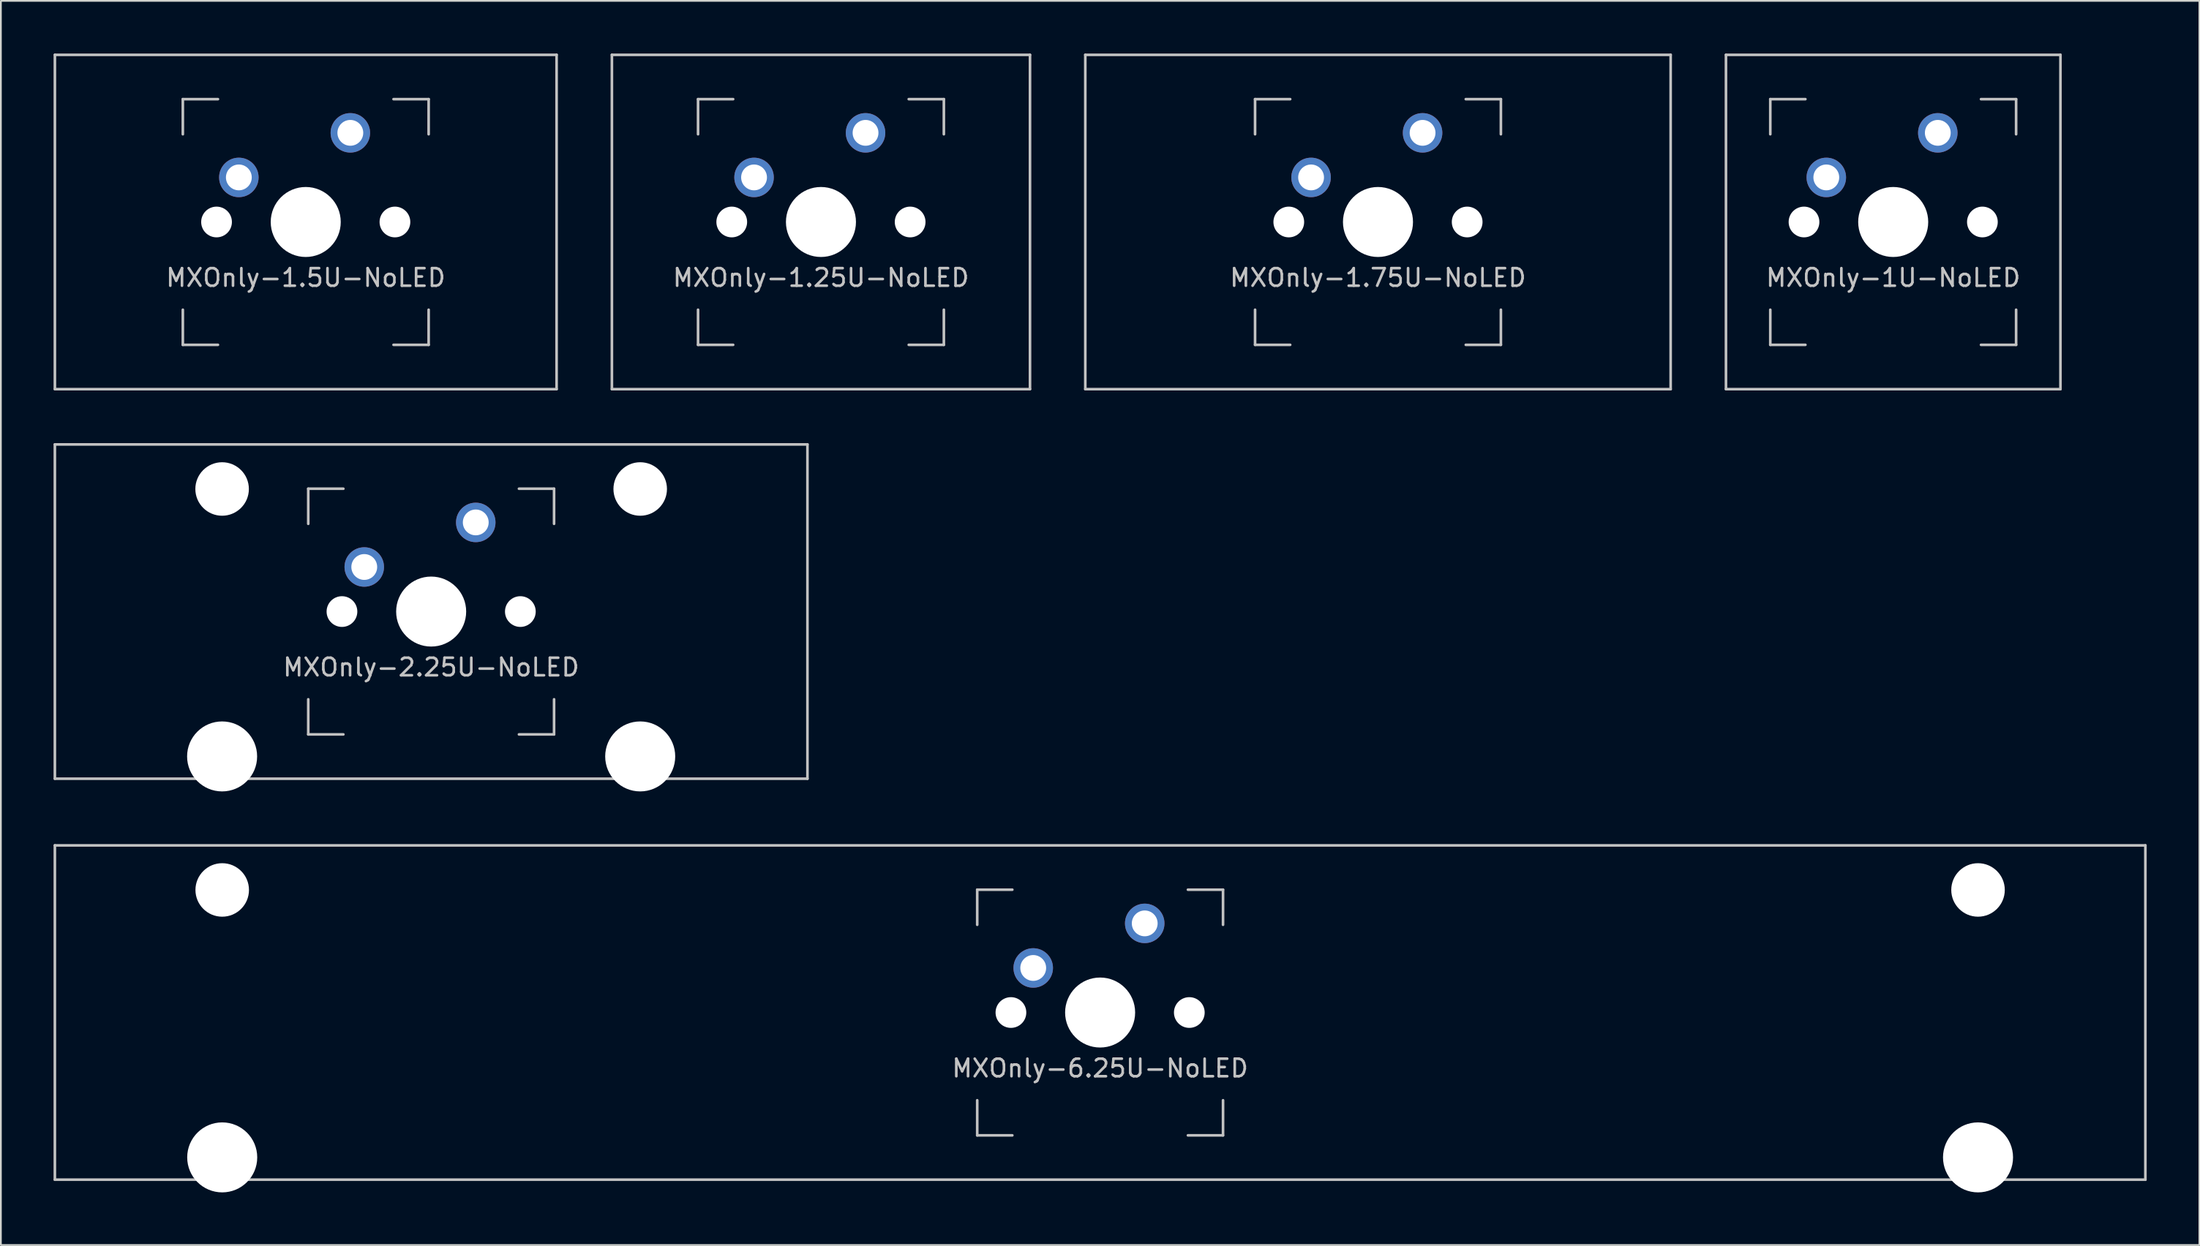
<source format=kicad_pcb>
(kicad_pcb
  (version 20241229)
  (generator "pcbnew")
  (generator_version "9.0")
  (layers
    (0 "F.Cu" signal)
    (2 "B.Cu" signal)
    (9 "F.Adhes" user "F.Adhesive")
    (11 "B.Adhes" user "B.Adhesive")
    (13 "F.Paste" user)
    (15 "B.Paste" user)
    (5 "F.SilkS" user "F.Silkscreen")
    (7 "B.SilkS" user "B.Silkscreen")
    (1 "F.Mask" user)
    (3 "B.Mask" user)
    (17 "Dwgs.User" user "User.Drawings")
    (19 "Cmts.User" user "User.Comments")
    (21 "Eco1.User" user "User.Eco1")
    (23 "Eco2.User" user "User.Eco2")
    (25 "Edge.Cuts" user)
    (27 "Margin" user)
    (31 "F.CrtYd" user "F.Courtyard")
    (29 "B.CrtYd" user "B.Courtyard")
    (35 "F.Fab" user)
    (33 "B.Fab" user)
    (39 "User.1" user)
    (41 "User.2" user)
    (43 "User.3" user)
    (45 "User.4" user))
  (footprint "MXOnly-1.25U-NoLED"
    (layer "F.Cu")
    (at 43.706 9.6)
    (property "Reference" "MXOnly-1.25U-NoLED" (at 0 3.175 0) (layer "Dwgs.User") (effects (font (size 1 1) (thickness 0.15))))
    (attr through_hole)
    (fp_line (start -11.906 -9.525) (end 11.906 -9.525) (stroke (width 0.15) (type solid)) (layer "Dwgs.User"))
    (fp_line (start -11.906 9.525) (end -11.906 -9.525) (stroke (width 0.15) (type solid)) (layer "Dwgs.User"))
    (fp_line (start -11.906 9.525) (end 11.906 9.525) (stroke (width 0.15) (type solid)) (layer "Dwgs.User"))
    (fp_line (start -7 -7) (end -7 -5) (stroke (width 0.15) (type solid)) (layer "Dwgs.User"))
    (fp_line (start -7 5) (end -7 7) (stroke (width 0.15) (type solid)) (layer "Dwgs.User"))
    (fp_line (start -7 7) (end -5 7) (stroke (width 0.15) (type solid)) (layer "Dwgs.User"))
    (fp_line (start -5 -7) (end -7 -7) (stroke (width 0.15) (type solid)) (layer "Dwgs.User"))
    (fp_line (start 5 -7) (end 7 -7) (stroke (width 0.15) (type solid)) (layer "Dwgs.User"))
    (fp_line (start 5 7) (end 7 7) (stroke (width 0.15) (type solid)) (layer "Dwgs.User"))
    (fp_line (start 7 -7) (end 7 -5) (stroke (width 0.15) (type solid)) (layer "Dwgs.User"))
    (fp_line (start 7 7) (end 7 5) (stroke (width 0.15) (type solid)) (layer "Dwgs.User"))
    (fp_line (start 11.906 -9.525) (end 11.906 9.525) (stroke (width 0.15) (type solid)) (layer "Dwgs.User"))
    (pad "" np_thru_hole circle (at -5.08 0 48.1) (size 1.75 1.75) (drill 1.75) (layers "*.Cu" "*.Mask"))
    (pad "" np_thru_hole circle (at 0 0) (size 3.988 3.988) (drill 3.988) (layers "*.Cu" "*.Mask"))
    (pad "" np_thru_hole circle (at 5.08 0 48.1) (size 1.75 1.75) (drill 1.75) (layers "*.Cu" "*.Mask"))
    (pad "1" thru_hole circle (at -3.81 -2.54) (size 2.25 2.25) (drill 1.47) (layers "*.Cu" "*.Mask"))
    (pad "2" thru_hole circle (at 2.54 -5.08) (size 2.25 2.25) (drill 1.47) (layers "*.Cu" "*.Mask")))
  (footprint "MXOnly-1.75U-NoLED"
    (layer "F.Cu")
    (at 75.431 9.6)
    (property "Reference" "MXOnly-1.75U-NoLED" (at 0 3.175 0) (layer "Dwgs.User") (effects (font (size 1 1) (thickness 0.15))))
    (attr through_hole)
    (fp_line (start -16.669 -9.525) (end 16.669 -9.525) (stroke (width 0.15) (type solid)) (layer "Dwgs.User"))
    (fp_line (start -16.669 9.525) (end -16.669 -9.525) (stroke (width 0.15) (type solid)) (layer "Dwgs.User"))
    (fp_line (start -16.669 9.525) (end 16.669 9.525) (stroke (width 0.15) (type solid)) (layer "Dwgs.User"))
    (fp_line (start -7 -7) (end -7 -5) (stroke (width 0.15) (type solid)) (layer "Dwgs.User"))
    (fp_line (start -7 5) (end -7 7) (stroke (width 0.15) (type solid)) (layer "Dwgs.User"))
    (fp_line (start -7 7) (end -5 7) (stroke (width 0.15) (type solid)) (layer "Dwgs.User"))
    (fp_line (start -5 -7) (end -7 -7) (stroke (width 0.15) (type solid)) (layer "Dwgs.User"))
    (fp_line (start 5 -7) (end 7 -7) (stroke (width 0.15) (type solid)) (layer "Dwgs.User"))
    (fp_line (start 5 7) (end 7 7) (stroke (width 0.15) (type solid)) (layer "Dwgs.User"))
    (fp_line (start 7 -7) (end 7 -5) (stroke (width 0.15) (type solid)) (layer "Dwgs.User"))
    (fp_line (start 7 7) (end 7 5) (stroke (width 0.15) (type solid)) (layer "Dwgs.User"))
    (fp_line (start 16.669 -9.525) (end 16.669 9.525) (stroke (width 0.15) (type solid)) (layer "Dwgs.User"))
    (pad "" np_thru_hole circle (at -5.08 0 48.1) (size 1.75 1.75) (drill 1.75) (layers "*.Cu" "*.Mask"))
    (pad "" np_thru_hole circle (at 0 0) (size 3.988 3.988) (drill 3.988) (layers "*.Cu" "*.Mask"))
    (pad "" np_thru_hole circle (at 5.08 0 48.1) (size 1.75 1.75) (drill 1.75) (layers "*.Cu" "*.Mask"))
    (pad "1" thru_hole circle (at -3.81 -2.54) (size 2.25 2.25) (drill 1.47) (layers "*.Cu" "*.Mask"))
    (pad "2" thru_hole circle (at 2.54 -5.08) (size 2.25 2.25) (drill 1.47) (layers "*.Cu" "*.Mask")))
  (footprint "MXOnly-1.5U-NoLED"
    (layer "F.Cu")
    (at 14.363 9.6)
    (property "Reference" "MXOnly-1.5U-NoLED" (at 0 3.175 0) (layer "Dwgs.User") (effects (font (size 1 1) (thickness 0.15))))
    (attr through_hole)
    (fp_line (start -14.287 -9.525) (end 14.287 -9.525) (stroke (width 0.15) (type solid)) (layer "Dwgs.User"))
    (fp_line (start -14.287 9.525) (end -14.287 -9.525) (stroke (width 0.15) (type solid)) (layer "Dwgs.User"))
    (fp_line (start -14.287 9.525) (end 14.287 9.525) (stroke (width 0.15) (type solid)) (layer "Dwgs.User"))
    (fp_line (start -7 -7) (end -7 -5) (stroke (width 0.15) (type solid)) (layer "Dwgs.User"))
    (fp_line (start -7 5) (end -7 7) (stroke (width 0.15) (type solid)) (layer "Dwgs.User"))
    (fp_line (start -7 7) (end -5 7) (stroke (width 0.15) (type solid)) (layer "Dwgs.User"))
    (fp_line (start -5 -7) (end -7 -7) (stroke (width 0.15) (type solid)) (layer "Dwgs.User"))
    (fp_line (start 5 -7) (end 7 -7) (stroke (width 0.15) (type solid)) (layer "Dwgs.User"))
    (fp_line (start 5 7) (end 7 7) (stroke (width 0.15) (type solid)) (layer "Dwgs.User"))
    (fp_line (start 7 -7) (end 7 -5) (stroke (width 0.15) (type solid)) (layer "Dwgs.User"))
    (fp_line (start 7 7) (end 7 5) (stroke (width 0.15) (type solid)) (layer "Dwgs.User"))
    (fp_line (start 14.287 -9.525) (end 14.287 9.525) (stroke (width 0.15) (type solid)) (layer "Dwgs.User"))
    (pad "" np_thru_hole circle (at -5.08 0 48.1) (size 1.75 1.75) (drill 1.75) (layers "*.Cu" "*.Mask"))
    (pad "" np_thru_hole circle (at 0 0) (size 3.988 3.988) (drill 3.988) (layers "*.Cu" "*.Mask"))
    (pad "" np_thru_hole circle (at 5.08 0 48.1) (size 1.75 1.75) (drill 1.75) (layers "*.Cu" "*.Mask"))
    (pad "1" thru_hole circle (at -3.81 -2.54) (size 2.25 2.25) (drill 1.47) (layers "*.Cu" "*.Mask"))
    (pad "2" thru_hole circle (at 2.54 -5.08) (size 2.25 2.25) (drill 1.47) (layers "*.Cu" "*.Mask")))
  (footprint "MXOnly-1U-NoLED"
    (layer "F.Cu")
    (at 104.775 9.6)
    (property "Reference" "MXOnly-1U-NoLED" (at 0 3.175 0) (layer "Dwgs.User") (effects (font (size 1 1) (thickness 0.15))))
    (attr through_hole)
    (fp_line (start -9.525 -9.525) (end 9.525 -9.525) (stroke (width 0.15) (type solid)) (layer "Dwgs.User"))
    (fp_line (start -9.525 9.525) (end -9.525 -9.525) (stroke (width 0.15) (type solid)) (layer "Dwgs.User"))
    (fp_line (start -7 -7) (end -7 -5) (stroke (width 0.15) (type solid)) (layer "Dwgs.User"))
    (fp_line (start -7 5) (end -7 7) (stroke (width 0.15) (type solid)) (layer "Dwgs.User"))
    (fp_line (start -7 7) (end -5 7) (stroke (width 0.15) (type solid)) (layer "Dwgs.User"))
    (fp_line (start -5 -7) (end -7 -7) (stroke (width 0.15) (type solid)) (layer "Dwgs.User"))
    (fp_line (start 5 -7) (end 7 -7) (stroke (width 0.15) (type solid)) (layer "Dwgs.User"))
    (fp_line (start 5 7) (end 7 7) (stroke (width 0.15) (type solid)) (layer "Dwgs.User"))
    (fp_line (start 7 -7) (end 7 -5) (stroke (width 0.15) (type solid)) (layer "Dwgs.User"))
    (fp_line (start 7 7) (end 7 5) (stroke (width 0.15) (type solid)) (layer "Dwgs.User"))
    (fp_line (start 9.525 -9.525) (end 9.525 9.525) (stroke (width 0.15) (type solid)) (layer "Dwgs.User"))
    (fp_line (start 9.525 9.525) (end -9.525 9.525) (stroke (width 0.15) (type solid)) (layer "Dwgs.User"))
    (pad "" np_thru_hole circle (at -5.08 0 48.1) (size 1.75 1.75) (drill 1.75) (layers "*.Cu" "*.Mask"))
    (pad "" np_thru_hole circle (at 0 0) (size 3.988 3.988) (drill 3.988) (layers "*.Cu" "*.Mask"))
    (pad "" np_thru_hole circle (at 5.08 0 48.1) (size 1.75 1.75) (drill 1.75) (layers "*.Cu" "*.Mask"))
    (pad "1" thru_hole circle (at -3.81 -2.54) (size 2.25 2.25) (drill 1.47) (layers "*.Cu" "*.Mask"))
    (pad "2" thru_hole circle (at 2.54 -5.08) (size 2.25 2.25) (drill 1.47) (layers "*.Cu" "*.Mask")))
  (footprint "MXOnly-2.25U-NoLED"
    (layer "F.Cu")
    (at 21.506 31.8)
    (property "Reference" "MXOnly-2.25U-NoLED" (at 0 3.175 0) (layer "Dwgs.User") (effects (font (size 1 1) (thickness 0.15))))
    (attr through_hole)
    (fp_line (start -21.431 -9.525) (end 21.431 -9.525) (stroke (width 0.15) (type solid)) (layer "Dwgs.User"))
    (fp_line (start -21.431 9.525) (end -21.431 -9.525) (stroke (width 0.15) (type solid)) (layer "Dwgs.User"))
    (fp_line (start -21.431 9.525) (end 21.431 9.525) (stroke (width 0.15) (type solid)) (layer "Dwgs.User"))
    (fp_line (start -7 -7) (end -7 -5) (stroke (width 0.15) (type solid)) (layer "Dwgs.User"))
    (fp_line (start -7 5) (end -7 7) (stroke (width 0.15) (type solid)) (layer "Dwgs.User"))
    (fp_line (start -7 7) (end -5 7) (stroke (width 0.15) (type solid)) (layer "Dwgs.User"))
    (fp_line (start -5 -7) (end -7 -7) (stroke (width 0.15) (type solid)) (layer "Dwgs.User"))
    (fp_line (start 5 -7) (end 7 -7) (stroke (width 0.15) (type solid)) (layer "Dwgs.User"))
    (fp_line (start 5 7) (end 7 7) (stroke (width 0.15) (type solid)) (layer "Dwgs.User"))
    (fp_line (start 7 -7) (end 7 -5) (stroke (width 0.15) (type solid)) (layer "Dwgs.User"))
    (fp_line (start 7 7) (end 7 5) (stroke (width 0.15) (type solid)) (layer "Dwgs.User"))
    (fp_line (start 21.431 -9.525) (end 21.431 9.525) (stroke (width 0.15) (type solid)) (layer "Dwgs.User"))
    (pad "" np_thru_hole circle (at -11.906 -6.985) (size 3.048 3.048) (drill 3.048) (layers "*.Cu" "*.Mask"))
    (pad "" np_thru_hole circle (at -11.906 8.255) (size 3.988 3.988) (drill 3.988) (layers "*.Cu" "*.Mask"))
    (pad "" np_thru_hole circle (at -5.08 0 48.1) (size 1.75 1.75) (drill 1.75) (layers "*.Cu" "*.Mask"))
    (pad "" np_thru_hole circle (at 0 0) (size 3.988 3.988) (drill 3.988) (layers "*.Cu" "*.Mask"))
    (pad "" np_thru_hole circle (at 5.08 0 48.1) (size 1.75 1.75) (drill 1.75) (layers "*.Cu" "*.Mask"))
    (pad "" np_thru_hole circle (at 11.906 -6.985) (size 3.048 3.048) (drill 3.048) (layers "*.Cu" "*.Mask"))
    (pad "" np_thru_hole circle (at 11.906 8.255) (size 3.988 3.988) (drill 3.988) (layers "*.Cu" "*.Mask"))
    (pad "1" thru_hole circle (at -3.81 -2.54) (size 2.25 2.25) (drill 1.47) (layers "*.Cu" "*.Mask"))
    (pad "2" thru_hole circle (at 2.54 -5.08) (size 2.25 2.25) (drill 1.47) (layers "*.Cu" "*.Mask")))
  (footprint "MXOnly-6.25U-NoLED"
    (layer "F.Cu")
    (at 59.606 54.649)
    (property "Reference" "MXOnly-6.25U-NoLED" (at 0 3.175 0) (layer "Dwgs.User") (effects (font (size 1 1) (thickness 0.15))))
    (attr through_hole)
    (fp_line (start -59.531 -9.525) (end 59.531 -9.525) (stroke (width 0.15) (type solid)) (layer "Dwgs.User"))
    (fp_line (start -59.531 9.525) (end -59.531 -9.525) (stroke (width 0.15) (type solid)) (layer "Dwgs.User"))
    (fp_line (start -59.531 9.525) (end 59.531 9.525) (stroke (width 0.15) (type solid)) (layer "Dwgs.User"))
    (fp_line (start -7 -7) (end -7 -5) (stroke (width 0.15) (type solid)) (layer "Dwgs.User"))
    (fp_line (start -7 5) (end -7 7) (stroke (width 0.15) (type solid)) (layer "Dwgs.User"))
    (fp_line (start -7 7) (end -5 7) (stroke (width 0.15) (type solid)) (layer "Dwgs.User"))
    (fp_line (start -5 -7) (end -7 -7) (stroke (width 0.15) (type solid)) (layer "Dwgs.User"))
    (fp_line (start 5 -7) (end 7 -7) (stroke (width 0.15) (type solid)) (layer "Dwgs.User"))
    (fp_line (start 5 7) (end 7 7) (stroke (width 0.15) (type solid)) (layer "Dwgs.User"))
    (fp_line (start 7 -7) (end 7 -5) (stroke (width 0.15) (type solid)) (layer "Dwgs.User"))
    (fp_line (start 7 7) (end 7 5) (stroke (width 0.15) (type solid)) (layer "Dwgs.User"))
    (fp_line (start 59.531 -9.525) (end 59.531 9.525) (stroke (width 0.15) (type solid)) (layer "Dwgs.User"))
    (pad "" np_thru_hole circle (at -50 -6.985) (size 3.048 3.048) (drill 3.048) (layers "*.Cu" "*.Mask"))
    (pad "" np_thru_hole circle (at -50 8.255) (size 3.988 3.988) (drill 3.988) (layers "*.Cu" "*.Mask"))
    (pad "" np_thru_hole circle (at -5.08 0 48.1) (size 1.75 1.75) (drill 1.75) (layers "*.Cu" "*.Mask"))
    (pad "" np_thru_hole circle (at 0 0) (size 3.988 3.988) (drill 3.988) (layers "*.Cu" "*.Mask"))
    (pad "" np_thru_hole circle (at 5.08 0 48.1) (size 1.75 1.75) (drill 1.75) (layers "*.Cu" "*.Mask"))
    (pad "" np_thru_hole circle (at 50 -6.985) (size 3.048 3.048) (drill 3.048) (layers "*.Cu" "*.Mask"))
    (pad "" np_thru_hole circle (at 50 8.255) (size 3.988 3.988) (drill 3.988) (layers "*.Cu" "*.Mask"))
    (pad "1" thru_hole circle (at -3.81 -2.54) (size 2.25 2.25) (drill 1.47) (layers "*.Cu" "*.Mask"))
    (pad "2" thru_hole circle (at 2.54 -5.08) (size 2.25 2.25) (drill 1.47) (layers "*.Cu" "*.Mask")))
  (gr_rect
    (start -3 -3)
    (end 122.213 67.898)
    (stroke (width 0.1) (type default))
    (fill no)
    (layer "Edge.Cuts")))
</source>
